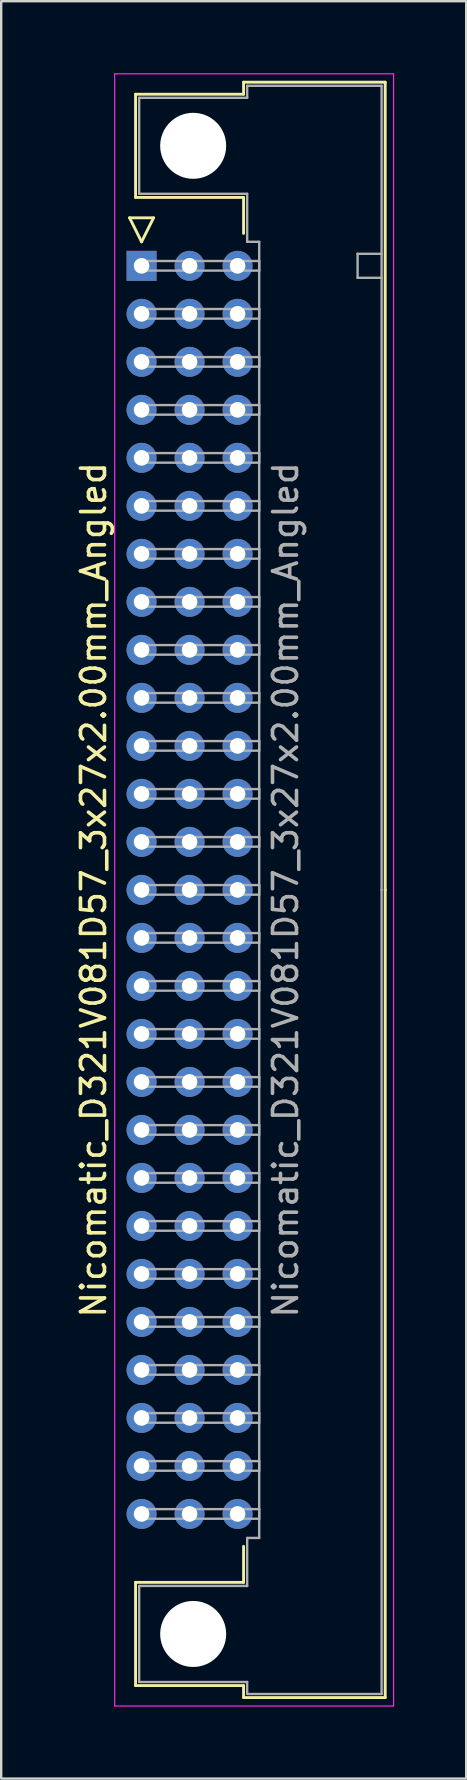
<source format=kicad_pcb>
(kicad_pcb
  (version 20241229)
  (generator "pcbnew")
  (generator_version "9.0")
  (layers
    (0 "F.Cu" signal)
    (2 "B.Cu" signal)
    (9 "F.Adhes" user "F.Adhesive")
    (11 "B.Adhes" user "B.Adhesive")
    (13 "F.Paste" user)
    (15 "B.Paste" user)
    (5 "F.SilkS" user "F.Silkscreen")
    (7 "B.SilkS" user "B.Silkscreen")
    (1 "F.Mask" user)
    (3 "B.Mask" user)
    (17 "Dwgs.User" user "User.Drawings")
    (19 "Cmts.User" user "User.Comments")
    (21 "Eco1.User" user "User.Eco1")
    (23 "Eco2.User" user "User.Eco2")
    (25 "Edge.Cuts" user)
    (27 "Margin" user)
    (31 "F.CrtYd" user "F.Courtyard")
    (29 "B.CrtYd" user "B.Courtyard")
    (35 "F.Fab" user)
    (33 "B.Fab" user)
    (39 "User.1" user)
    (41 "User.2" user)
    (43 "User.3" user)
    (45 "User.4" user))
  (footprint "Nicomatic_D321V081D57_3x27x2.00mm_Angled"
    (layer "F.Cu")
    (at 2.848 8.025)
    (property "Reference" "Nicomatic_D321V081D57_3x27x2.00mm_Angled" (at -2 26 90) (layer "F.SilkS") (effects (font (size 1 1) (thickness 0.15))))
    (attr through_hole)
    (fp_line (start -0.5 -2) (end 0 -1) (stroke (width 0.12) (type solid)) (layer "F.SilkS"))
    (fp_line (start -0.25 -7.15) (end -0.25 -2.85) (stroke (width 0.12) (type solid)) (layer "F.SilkS"))
    (fp_line (start -0.25 -2.85) (end 4.25 -2.85) (stroke (width 0.12) (type solid)) (layer "F.SilkS"))
    (fp_line (start -0.25 54.85) (end 4.25 54.85) (stroke (width 0.12) (type solid)) (layer "F.SilkS"))
    (fp_line (start -0.25 59.15) (end -0.25 54.85) (stroke (width 0.12) (type solid)) (layer "F.SilkS"))
    (fp_line (start 0 -1) (end 0.5 -2) (stroke (width 0.12) (type solid)) (layer "F.SilkS"))
    (fp_line (start 0.5 -2) (end -0.5 -2) (stroke (width 0.12) (type solid)) (layer "F.SilkS"))
    (fp_line (start 4.25 -7.65) (end 4.25 -7.15) (stroke (width 0.12) (type solid)) (layer "F.SilkS"))
    (fp_line (start 4.25 -7.15) (end -0.25 -7.15) (stroke (width 0.12) (type solid)) (layer "F.SilkS"))
    (fp_line (start 4.25 -2.85) (end 4.25 -1.35) (stroke (width 0.12) (type solid)) (layer "F.SilkS"))
    (fp_line (start 4.25 54.85) (end 4.25 53.35) (stroke (width 0.12) (type solid)) (layer "F.SilkS"))
    (fp_line (start 4.25 59.15) (end -0.25 59.15) (stroke (width 0.12) (type solid)) (layer "F.SilkS"))
    (fp_line (start 4.25 59.65) (end 4.25 59.15) (stroke (width 0.12) (type solid)) (layer "F.SilkS"))
    (fp_line (start 10.15 -7.65) (end 4.25 -7.65) (stroke (width 0.12) (type solid)) (layer "F.SilkS"))
    (fp_line (start 10.15 26) (end 10.15 -7.65) (stroke (width 0.12) (type solid)) (layer "F.SilkS"))
    (fp_line (start 10.15 26) (end 10.15 59.65) (stroke (width 0.12) (type solid)) (layer "F.SilkS"))
    (fp_line (start 10.15 59.65) (end 4.25 59.65) (stroke (width 0.12) (type solid)) (layer "F.SilkS"))
    (fp_line (start -1.12 -8) (end -1.12 60) (stroke (width 0.05) (type solid)) (layer "F.CrtYd"))
    (fp_line (start -1.12 60) (end 10.5 60) (stroke (width 0.05) (type solid)) (layer "F.CrtYd"))
    (fp_line (start 10.5 -8) (end -1.12 -8) (stroke (width 0.05) (type solid)) (layer "F.CrtYd"))
    (fp_line (start 10.5 60) (end 10.5 -8) (stroke (width 0.05) (type solid)) (layer "F.CrtYd"))
    (fp_line (start -0.1 -7) (end -0.1 -3) (stroke (width 0.1) (type solid)) (layer "F.Fab"))
    (fp_line (start -0.1 -3) (end 4.4 -3) (stroke (width 0.1) (type solid)) (layer "F.Fab"))
    (fp_line (start -0.1 55) (end 4.4 55) (stroke (width 0.1) (type solid)) (layer "F.Fab"))
    (fp_line (start -0.1 59) (end -0.1 55) (stroke (width 0.1) (type solid)) (layer "F.Fab"))
    (fp_line (start 0 -0.2) (end 0 0.2) (stroke (width 0.1) (type solid)) (layer "F.Fab"))
    (fp_line (start 0 0.2) (end 4.9 0.2) (stroke (width 0.1) (type solid)) (layer "F.Fab"))
    (fp_line (start 0 1.8) (end 0 2.2) (stroke (width 0.1) (type solid)) (layer "F.Fab"))
    (fp_line (start 0 2.2) (end 4.9 2.2) (stroke (width 0.1) (type solid)) (layer "F.Fab"))
    (fp_line (start 0 3.8) (end 0 4.2) (stroke (width 0.1) (type solid)) (layer "F.Fab"))
    (fp_line (start 0 4.2) (end 4.9 4.2) (stroke (width 0.1) (type solid)) (layer "F.Fab"))
    (fp_line (start 0 5.8) (end 0 6.2) (stroke (width 0.1) (type solid)) (layer "F.Fab"))
    (fp_line (start 0 6.2) (end 4.9 6.2) (stroke (width 0.1) (type solid)) (layer "F.Fab"))
    (fp_line (start 0 7.8) (end 0 8.2) (stroke (width 0.1) (type solid)) (layer "F.Fab"))
    (fp_line (start 0 8.2) (end 4.9 8.2) (stroke (width 0.1) (type solid)) (layer "F.Fab"))
    (fp_line (start 0 9.8) (end 0 10.2) (stroke (width 0.1) (type solid)) (layer "F.Fab"))
    (fp_line (start 0 10.2) (end 4.9 10.2) (stroke (width 0.1) (type solid)) (layer "F.Fab"))
    (fp_line (start 0 11.8) (end 0 12.2) (stroke (width 0.1) (type solid)) (layer "F.Fab"))
    (fp_line (start 0 12.2) (end 4.9 12.2) (stroke (width 0.1) (type solid)) (layer "F.Fab"))
    (fp_line (start 0 13.8) (end 0 14.2) (stroke (width 0.1) (type solid)) (layer "F.Fab"))
    (fp_line (start 0 14.2) (end 4.9 14.2) (stroke (width 0.1) (type solid)) (layer "F.Fab"))
    (fp_line (start 0 15.8) (end 0 16.2) (stroke (width 0.1) (type solid)) (layer "F.Fab"))
    (fp_line (start 0 16.2) (end 4.9 16.2) (stroke (width 0.1) (type solid)) (layer "F.Fab"))
    (fp_line (start 0 17.8) (end 0 18.2) (stroke (width 0.1) (type solid)) (layer "F.Fab"))
    (fp_line (start 0 18.2) (end 4.9 18.2) (stroke (width 0.1) (type solid)) (layer "F.Fab"))
    (fp_line (start 0 19.8) (end 0 20.2) (stroke (width 0.1) (type solid)) (layer "F.Fab"))
    (fp_line (start 0 20.2) (end 4.9 20.2) (stroke (width 0.1) (type solid)) (layer "F.Fab"))
    (fp_line (start 0 21.8) (end 0 22.2) (stroke (width 0.1) (type solid)) (layer "F.Fab"))
    (fp_line (start 0 22.2) (end 4.9 22.2) (stroke (width 0.1) (type solid)) (layer "F.Fab"))
    (fp_line (start 0 23.8) (end 0 24.2) (stroke (width 0.1) (type solid)) (layer "F.Fab"))
    (fp_line (start 0 24.2) (end 4.9 24.2) (stroke (width 0.1) (type solid)) (layer "F.Fab"))
    (fp_line (start 0 25.8) (end 0 26.2) (stroke (width 0.1) (type solid)) (layer "F.Fab"))
    (fp_line (start 0 26.2) (end 4.9 26.2) (stroke (width 0.1) (type solid)) (layer "F.Fab"))
    (fp_line (start 0 27.8) (end 0 28.2) (stroke (width 0.1) (type solid)) (layer "F.Fab"))
    (fp_line (start 0 28.2) (end 4.9 28.2) (stroke (width 0.1) (type solid)) (layer "F.Fab"))
    (fp_line (start 0 29.8) (end 0 30.2) (stroke (width 0.1) (type solid)) (layer "F.Fab"))
    (fp_line (start 0 30.2) (end 4.9 30.2) (stroke (width 0.1) (type solid)) (layer "F.Fab"))
    (fp_line (start 0 31.8) (end 0 32.2) (stroke (width 0.1) (type solid)) (layer "F.Fab"))
    (fp_line (start 0 32.2) (end 4.9 32.2) (stroke (width 0.1) (type solid)) (layer "F.Fab"))
    (fp_line (start 0 33.8) (end 0 34.2) (stroke (width 0.1) (type solid)) (layer "F.Fab"))
    (fp_line (start 0 34.2) (end 4.9 34.2) (stroke (width 0.1) (type solid)) (layer "F.Fab"))
    (fp_line (start 0 35.8) (end 0 36.2) (stroke (width 0.1) (type solid)) (layer "F.Fab"))
    (fp_line (start 0 36.2) (end 4.9 36.2) (stroke (width 0.1) (type solid)) (layer "F.Fab"))
    (fp_line (start 0 37.8) (end 0 38.2) (stroke (width 0.1) (type solid)) (layer "F.Fab"))
    (fp_line (start 0 38.2) (end 4.9 38.2) (stroke (width 0.1) (type solid)) (layer "F.Fab"))
    (fp_line (start 0 39.8) (end 0 40.2) (stroke (width 0.1) (type solid)) (layer "F.Fab"))
    (fp_line (start 0 40.2) (end 4.9 40.2) (stroke (width 0.1) (type solid)) (layer "F.Fab"))
    (fp_line (start 0 41.8) (end 0 42.2) (stroke (width 0.1) (type solid)) (layer "F.Fab"))
    (fp_line (start 0 42.2) (end 4.9 42.2) (stroke (width 0.1) (type solid)) (layer "F.Fab"))
    (fp_line (start 0 43.8) (end 0 44.2) (stroke (width 0.1) (type solid)) (layer "F.Fab"))
    (fp_line (start 0 44.2) (end 4.9 44.2) (stroke (width 0.1) (type solid)) (layer "F.Fab"))
    (fp_line (start 0 45.8) (end 0 46.2) (stroke (width 0.1) (type solid)) (layer "F.Fab"))
    (fp_line (start 0 46.2) (end 4.9 46.2) (stroke (width 0.1) (type solid)) (layer "F.Fab"))
    (fp_line (start 0 47.8) (end 0 48.2) (stroke (width 0.1) (type solid)) (layer "F.Fab"))
    (fp_line (start 0 48.2) (end 4.9 48.2) (stroke (width 0.1) (type solid)) (layer "F.Fab"))
    (fp_line (start 0 49.8) (end 0 50.2) (stroke (width 0.1) (type solid)) (layer "F.Fab"))
    (fp_line (start 0 50.2) (end 4.9 50.2) (stroke (width 0.1) (type solid)) (layer "F.Fab"))
    (fp_line (start 0 51.8) (end 0 52.2) (stroke (width 0.1) (type solid)) (layer "F.Fab"))
    (fp_line (start 0 52.2) (end 4.9 52.2) (stroke (width 0.1) (type solid)) (layer "F.Fab"))
    (fp_line (start 4.4 -7.5) (end 4.4 -7) (stroke (width 0.1) (type solid)) (layer "F.Fab"))
    (fp_line (start 4.4 -7) (end -0.1 -7) (stroke (width 0.1) (type solid)) (layer "F.Fab"))
    (fp_line (start 4.4 -3) (end 4.4 -1) (stroke (width 0.1) (type solid)) (layer "F.Fab"))
    (fp_line (start 4.4 -1) (end 4.9 -1) (stroke (width 0.1) (type solid)) (layer "F.Fab"))
    (fp_line (start 4.4 53) (end 4.9 53) (stroke (width 0.1) (type solid)) (layer "F.Fab"))
    (fp_line (start 4.4 55) (end 4.4 53) (stroke (width 0.1) (type solid)) (layer "F.Fab"))
    (fp_line (start 4.4 59) (end -0.1 59) (stroke (width 0.1) (type solid)) (layer "F.Fab"))
    (fp_line (start 4.4 59.5) (end 4.4 59) (stroke (width 0.1) (type solid)) (layer "F.Fab"))
    (fp_line (start 4.9 -1) (end 4.9 26) (stroke (width 0.1) (type solid)) (layer "F.Fab"))
    (fp_line (start 4.9 -0.2) (end 0 -0.2) (stroke (width 0.1) (type solid)) (layer "F.Fab"))
    (fp_line (start 4.9 0.2) (end 4.9 -0.2) (stroke (width 0.1) (type solid)) (layer "F.Fab"))
    (fp_line (start 4.9 1.8) (end 0 1.8) (stroke (width 0.1) (type solid)) (layer "F.Fab"))
    (fp_line (start 4.9 2.2) (end 4.9 1.8) (stroke (width 0.1) (type solid)) (layer "F.Fab"))
    (fp_line (start 4.9 3.8) (end 0 3.8) (stroke (width 0.1) (type solid)) (layer "F.Fab"))
    (fp_line (start 4.9 4.2) (end 4.9 3.8) (stroke (width 0.1) (type solid)) (layer "F.Fab"))
    (fp_line (start 4.9 5.8) (end 0 5.8) (stroke (width 0.1) (type solid)) (layer "F.Fab"))
    (fp_line (start 4.9 6.2) (end 4.9 5.8) (stroke (width 0.1) (type solid)) (layer "F.Fab"))
    (fp_line (start 4.9 7.8) (end 0 7.8) (stroke (width 0.1) (type solid)) (layer "F.Fab"))
    (fp_line (start 4.9 8.2) (end 4.9 7.8) (stroke (width 0.1) (type solid)) (layer "F.Fab"))
    (fp_line (start 4.9 9.8) (end 0 9.8) (stroke (width 0.1) (type solid)) (layer "F.Fab"))
    (fp_line (start 4.9 10.2) (end 4.9 9.8) (stroke (width 0.1) (type solid)) (layer "F.Fab"))
    (fp_line (start 4.9 11.8) (end 0 11.8) (stroke (width 0.1) (type solid)) (layer "F.Fab"))
    (fp_line (start 4.9 12.2) (end 4.9 11.8) (stroke (width 0.1) (type solid)) (layer "F.Fab"))
    (fp_line (start 4.9 13.8) (end 0 13.8) (stroke (width 0.1) (type solid)) (layer "F.Fab"))
    (fp_line (start 4.9 14.2) (end 4.9 13.8) (stroke (width 0.1) (type solid)) (layer "F.Fab"))
    (fp_line (start 4.9 15.8) (end 0 15.8) (stroke (width 0.1) (type solid)) (layer "F.Fab"))
    (fp_line (start 4.9 16.2) (end 4.9 15.8) (stroke (width 0.1) (type solid)) (layer "F.Fab"))
    (fp_line (start 4.9 17.8) (end 0 17.8) (stroke (width 0.1) (type solid)) (layer "F.Fab"))
    (fp_line (start 4.9 18.2) (end 4.9 17.8) (stroke (width 0.1) (type solid)) (layer "F.Fab"))
    (fp_line (start 4.9 19.8) (end 0 19.8) (stroke (width 0.1) (type solid)) (layer "F.Fab"))
    (fp_line (start 4.9 20.2) (end 4.9 19.8) (stroke (width 0.1) (type solid)) (layer "F.Fab"))
    (fp_line (start 4.9 21.8) (end 0 21.8) (stroke (width 0.1) (type solid)) (layer "F.Fab"))
    (fp_line (start 4.9 22.2) (end 4.9 21.8) (stroke (width 0.1) (type solid)) (layer "F.Fab"))
    (fp_line (start 4.9 23.8) (end 0 23.8) (stroke (width 0.1) (type solid)) (layer "F.Fab"))
    (fp_line (start 4.9 24.2) (end 4.9 23.8) (stroke (width 0.1) (type solid)) (layer "F.Fab"))
    (fp_line (start 4.9 25.8) (end 0 25.8) (stroke (width 0.1) (type solid)) (layer "F.Fab"))
    (fp_line (start 4.9 26.2) (end 4.9 25.8) (stroke (width 0.1) (type solid)) (layer "F.Fab"))
    (fp_line (start 4.9 27.8) (end 0 27.8) (stroke (width 0.1) (type solid)) (layer "F.Fab"))
    (fp_line (start 4.9 28.2) (end 4.9 27.8) (stroke (width 0.1) (type solid)) (layer "F.Fab"))
    (fp_line (start 4.9 29.8) (end 0 29.8) (stroke (width 0.1) (type solid)) (layer "F.Fab"))
    (fp_line (start 4.9 30.2) (end 4.9 29.8) (stroke (width 0.1) (type solid)) (layer "F.Fab"))
    (fp_line (start 4.9 31.8) (end 0 31.8) (stroke (width 0.1) (type solid)) (layer "F.Fab"))
    (fp_line (start 4.9 32.2) (end 4.9 31.8) (stroke (width 0.1) (type solid)) (layer "F.Fab"))
    (fp_line (start 4.9 33.8) (end 0 33.8) (stroke (width 0.1) (type solid)) (layer "F.Fab"))
    (fp_line (start 4.9 34.2) (end 4.9 33.8) (stroke (width 0.1) (type solid)) (layer "F.Fab"))
    (fp_line (start 4.9 35.8) (end 0 35.8) (stroke (width 0.1) (type solid)) (layer "F.Fab"))
    (fp_line (start 4.9 36.2) (end 4.9 35.8) (stroke (width 0.1) (type solid)) (layer "F.Fab"))
    (fp_line (start 4.9 37.8) (end 0 37.8) (stroke (width 0.1) (type solid)) (layer "F.Fab"))
    (fp_line (start 4.9 38.2) (end 4.9 37.8) (stroke (width 0.1) (type solid)) (layer "F.Fab"))
    (fp_line (start 4.9 39.8) (end 0 39.8) (stroke (width 0.1) (type solid)) (layer "F.Fab"))
    (fp_line (start 4.9 40.2) (end 4.9 39.8) (stroke (width 0.1) (type solid)) (layer "F.Fab"))
    (fp_line (start 4.9 41.8) (end 0 41.8) (stroke (width 0.1) (type solid)) (layer "F.Fab"))
    (fp_line (start 4.9 42.2) (end 4.9 41.8) (stroke (width 0.1) (type solid)) (layer "F.Fab"))
    (fp_line (start 4.9 43.8) (end 0 43.8) (stroke (width 0.1) (type solid)) (layer "F.Fab"))
    (fp_line (start 4.9 44.2) (end 4.9 43.8) (stroke (width 0.1) (type solid)) (layer "F.Fab"))
    (fp_line (start 4.9 45.8) (end 0 45.8) (stroke (width 0.1) (type solid)) (layer "F.Fab"))
    (fp_line (start 4.9 46.2) (end 4.9 45.8) (stroke (width 0.1) (type solid)) (layer "F.Fab"))
    (fp_line (start 4.9 47.8) (end 0 47.8) (stroke (width 0.1) (type solid)) (layer "F.Fab"))
    (fp_line (start 4.9 48.2) (end 4.9 47.8) (stroke (width 0.1) (type solid)) (layer "F.Fab"))
    (fp_line (start 4.9 49.8) (end 0 49.8) (stroke (width 0.1) (type solid)) (layer "F.Fab"))
    (fp_line (start 4.9 50.2) (end 4.9 49.8) (stroke (width 0.1) (type solid)) (layer "F.Fab"))
    (fp_line (start 4.9 51.8) (end 0 51.8) (stroke (width 0.1) (type solid)) (layer "F.Fab"))
    (fp_line (start 4.9 52.2) (end 4.9 51.8) (stroke (width 0.1) (type solid)) (layer "F.Fab"))
    (fp_line (start 4.9 53) (end 4.9 26) (stroke (width 0.1) (type solid)) (layer "F.Fab"))
    (fp_line (start 9 -0.5) (end 9 0.5) (stroke (width 0.1) (type solid)) (layer "F.Fab"))
    (fp_line (start 9 0.5) (end 10 0.5) (stroke (width 0.1) (type solid)) (layer "F.Fab"))
    (fp_line (start 10 -7.5) (end 4.4 -7.5) (stroke (width 0.1) (type solid)) (layer "F.Fab"))
    (fp_line (start 10 -0.5) (end 9 -0.5) (stroke (width 0.1) (type solid)) (layer "F.Fab"))
    (fp_line (start 10 26) (end 10 -7.5) (stroke (width 0.1) (type solid)) (layer "F.Fab"))
    (fp_line (start 10 26) (end 10 59.5) (stroke (width 0.1) (type solid)) (layer "F.Fab"))
    (fp_line (start 10 59.5) (end 4.4 59.5) (stroke (width 0.1) (type solid)) (layer "F.Fab"))
    (fp_text user "${REFERENCE}" (at 6 26 90) (layer "F.Fab") (effects (font (size 1 1) (thickness 0.15))))
    (pad "" np_thru_hole circle (at 2.15 -5) (size 2.75 2.75) (drill 2.75) (layers "*.Cu" "*.Mask"))
    (pad "" np_thru_hole circle (at 2.15 57) (size 2.75 2.75) (drill 2.75) (layers "*.Cu" "*.Mask"))
    (pad "1" thru_hole rect (at 0 0) (size 1.25 1.25) (drill 0.65) (layers "*.Cu" "*.Mask"))
    (pad "2" thru_hole oval (at 0 2) (size 1.25 1.25) (drill 0.65) (layers "*.Cu" "*.Mask"))
    (pad "3" thru_hole oval (at 0 4) (size 1.25 1.25) (drill 0.65) (layers "*.Cu" "*.Mask"))
    (pad "4" thru_hole oval (at 0 6) (size 1.25 1.25) (drill 0.65) (layers "*.Cu" "*.Mask"))
    (pad "5" thru_hole oval (at 0 8) (size 1.25 1.25) (drill 0.65) (layers "*.Cu" "*.Mask"))
    (pad "6" thru_hole oval (at 0 10) (size 1.25 1.25) (drill 0.65) (layers "*.Cu" "*.Mask"))
    (pad "7" thru_hole oval (at 0 12) (size 1.25 1.25) (drill 0.65) (layers "*.Cu" "*.Mask"))
    (pad "8" thru_hole oval (at 0 14) (size 1.25 1.25) (drill 0.65) (layers "*.Cu" "*.Mask"))
    (pad "9" thru_hole oval (at 0 16) (size 1.25 1.25) (drill 0.65) (layers "*.Cu" "*.Mask"))
    (pad "10" thru_hole oval (at 0 18) (size 1.25 1.25) (drill 0.65) (layers "*.Cu" "*.Mask"))
    (pad "11" thru_hole oval (at 0 20) (size 1.25 1.25) (drill 0.65) (layers "*.Cu" "*.Mask"))
    (pad "12" thru_hole oval (at 0 22) (size 1.25 1.25) (drill 0.65) (layers "*.Cu" "*.Mask"))
    (pad "13" thru_hole oval (at 0 24) (size 1.25 1.25) (drill 0.65) (layers "*.Cu" "*.Mask"))
    (pad "14" thru_hole oval (at 0 26) (size 1.25 1.25) (drill 0.65) (layers "*.Cu" "*.Mask"))
    (pad "15" thru_hole oval (at 0 28) (size 1.25 1.25) (drill 0.65) (layers "*.Cu" "*.Mask"))
    (pad "16" thru_hole oval (at 0 30) (size 1.25 1.25) (drill 0.65) (layers "*.Cu" "*.Mask"))
    (pad "17" thru_hole oval (at 0 32) (size 1.25 1.25) (drill 0.65) (layers "*.Cu" "*.Mask"))
    (pad "18" thru_hole oval (at 0 34) (size 1.25 1.25) (drill 0.65) (layers "*.Cu" "*.Mask"))
    (pad "19" thru_hole oval (at 0 36) (size 1.25 1.25) (drill 0.65) (layers "*.Cu" "*.Mask"))
    (pad "20" thru_hole oval (at 0 38) (size 1.25 1.25) (drill 0.65) (layers "*.Cu" "*.Mask"))
    (pad "21" thru_hole oval (at 0 40) (size 1.25 1.25) (drill 0.65) (layers "*.Cu" "*.Mask"))
    (pad "22" thru_hole oval (at 0 42) (size 1.25 1.25) (drill 0.65) (layers "*.Cu" "*.Mask"))
    (pad "23" thru_hole oval (at 0 44) (size 1.25 1.25) (drill 0.65) (layers "*.Cu" "*.Mask"))
    (pad "24" thru_hole oval (at 0 46) (size 1.25 1.25) (drill 0.65) (layers "*.Cu" "*.Mask"))
    (pad "25" thru_hole oval (at 0 48) (size 1.25 1.25) (drill 0.65) (layers "*.Cu" "*.Mask"))
    (pad "26" thru_hole oval (at 0 50) (size 1.25 1.25) (drill 0.65) (layers "*.Cu" "*.Mask"))
    (pad "27" thru_hole oval (at 0 52) (size 1.25 1.25) (drill 0.65) (layers "*.Cu" "*.Mask"))
    (pad "28" thru_hole oval (at 2 0) (size 1.25 1.25) (drill 0.65) (layers "*.Cu" "*.Mask"))
    (pad "29" thru_hole oval (at 2 2) (size 1.25 1.25) (drill 0.65) (layers "*.Cu" "*.Mask"))
    (pad "30" thru_hole oval (at 2 4) (size 1.25 1.25) (drill 0.65) (layers "*.Cu" "*.Mask"))
    (pad "31" thru_hole oval (at 2 6) (size 1.25 1.25) (drill 0.65) (layers "*.Cu" "*.Mask"))
    (pad "32" thru_hole oval (at 2 8) (size 1.25 1.25) (drill 0.65) (layers "*.Cu" "*.Mask"))
    (pad "33" thru_hole oval (at 2 10) (size 1.25 1.25) (drill 0.65) (layers "*.Cu" "*.Mask"))
    (pad "34" thru_hole oval (at 2 12) (size 1.25 1.25) (drill 0.65) (layers "*.Cu" "*.Mask"))
    (pad "35" thru_hole oval (at 2 14) (size 1.25 1.25) (drill 0.65) (layers "*.Cu" "*.Mask"))
    (pad "36" thru_hole oval (at 2 16) (size 1.25 1.25) (drill 0.65) (layers "*.Cu" "*.Mask"))
    (pad "37" thru_hole oval (at 2 18) (size 1.25 1.25) (drill 0.65) (layers "*.Cu" "*.Mask"))
    (pad "38" thru_hole oval (at 2 20) (size 1.25 1.25) (drill 0.65) (layers "*.Cu" "*.Mask"))
    (pad "39" thru_hole oval (at 2 22) (size 1.25 1.25) (drill 0.65) (layers "*.Cu" "*.Mask"))
    (pad "40" thru_hole oval (at 2 24) (size 1.25 1.25) (drill 0.65) (layers "*.Cu" "*.Mask"))
    (pad "41" thru_hole oval (at 2 26) (size 1.25 1.25) (drill 0.65) (layers "*.Cu" "*.Mask"))
    (pad "42" thru_hole oval (at 2 28) (size 1.25 1.25) (drill 0.65) (layers "*.Cu" "*.Mask"))
    (pad "43" thru_hole oval (at 2 30) (size 1.25 1.25) (drill 0.65) (layers "*.Cu" "*.Mask"))
    (pad "44" thru_hole oval (at 2 32) (size 1.25 1.25) (drill 0.65) (layers "*.Cu" "*.Mask"))
    (pad "45" thru_hole oval (at 2 34) (size 1.25 1.25) (drill 0.65) (layers "*.Cu" "*.Mask"))
    (pad "46" thru_hole oval (at 2 36) (size 1.25 1.25) (drill 0.65) (layers "*.Cu" "*.Mask"))
    (pad "47" thru_hole oval (at 2 38) (size 1.25 1.25) (drill 0.65) (layers "*.Cu" "*.Mask"))
    (pad "48" thru_hole oval (at 2 40) (size 1.25 1.25) (drill 0.65) (layers "*.Cu" "*.Mask"))
    (pad "49" thru_hole oval (at 2 42) (size 1.25 1.25) (drill 0.65) (layers "*.Cu" "*.Mask"))
    (pad "50" thru_hole oval (at 2 44) (size 1.25 1.25) (drill 0.65) (layers "*.Cu" "*.Mask"))
    (pad "51" thru_hole oval (at 2 46) (size 1.25 1.25) (drill 0.65) (layers "*.Cu" "*.Mask"))
    (pad "52" thru_hole oval (at 2 48) (size 1.25 1.25) (drill 0.65) (layers "*.Cu" "*.Mask"))
    (pad "53" thru_hole oval (at 2 50) (size 1.25 1.25) (drill 0.65) (layers "*.Cu" "*.Mask"))
    (pad "54" thru_hole oval (at 2 52) (size 1.25 1.25) (drill 0.65) (layers "*.Cu" "*.Mask"))
    (pad "55" thru_hole oval (at 4 0) (size 1.25 1.25) (drill 0.65) (layers "*.Cu" "*.Mask"))
    (pad "56" thru_hole oval (at 4 2) (size 1.25 1.25) (drill 0.65) (layers "*.Cu" "*.Mask"))
    (pad "57" thru_hole oval (at 4 4) (size 1.25 1.25) (drill 0.65) (layers "*.Cu" "*.Mask"))
    (pad "58" thru_hole oval (at 4 6) (size 1.25 1.25) (drill 0.65) (layers "*.Cu" "*.Mask"))
    (pad "59" thru_hole oval (at 4 8) (size 1.25 1.25) (drill 0.65) (layers "*.Cu" "*.Mask"))
    (pad "60" thru_hole oval (at 4 10) (size 1.25 1.25) (drill 0.65) (layers "*.Cu" "*.Mask"))
    (pad "61" thru_hole oval (at 4 12) (size 1.25 1.25) (drill 0.65) (layers "*.Cu" "*.Mask"))
    (pad "62" thru_hole oval (at 4 14) (size 1.25 1.25) (drill 0.65) (layers "*.Cu" "*.Mask"))
    (pad "63" thru_hole oval (at 4 16) (size 1.25 1.25) (drill 0.65) (layers "*.Cu" "*.Mask"))
    (pad "64" thru_hole oval (at 4 18) (size 1.25 1.25) (drill 0.65) (layers "*.Cu" "*.Mask"))
    (pad "65" thru_hole oval (at 4 20) (size 1.25 1.25) (drill 0.65) (layers "*.Cu" "*.Mask"))
    (pad "66" thru_hole oval (at 4 22) (size 1.25 1.25) (drill 0.65) (layers "*.Cu" "*.Mask"))
    (pad "67" thru_hole oval (at 4 24) (size 1.25 1.25) (drill 0.65) (layers "*.Cu" "*.Mask"))
    (pad "68" thru_hole oval (at 4 26) (size 1.25 1.25) (drill 0.65) (layers "*.Cu" "*.Mask"))
    (pad "69" thru_hole oval (at 4 28) (size 1.25 1.25) (drill 0.65) (layers "*.Cu" "*.Mask"))
    (pad "70" thru_hole oval (at 4 30) (size 1.25 1.25) (drill 0.65) (layers "*.Cu" "*.Mask"))
    (pad "71" thru_hole oval (at 4 32) (size 1.25 1.25) (drill 0.65) (layers "*.Cu" "*.Mask"))
    (pad "72" thru_hole oval (at 4 34) (size 1.25 1.25) (drill 0.65) (layers "*.Cu" "*.Mask"))
    (pad "73" thru_hole oval (at 4 36) (size 1.25 1.25) (drill 0.65) (layers "*.Cu" "*.Mask"))
    (pad "74" thru_hole oval (at 4 38) (size 1.25 1.25) (drill 0.65) (layers "*.Cu" "*.Mask"))
    (pad "75" thru_hole oval (at 4 40) (size 1.25 1.25) (drill 0.65) (layers "*.Cu" "*.Mask"))
    (pad "76" thru_hole oval (at 4 42) (size 1.25 1.25) (drill 0.65) (layers "*.Cu" "*.Mask"))
    (pad "77" thru_hole oval (at 4 44) (size 1.25 1.25) (drill 0.65) (layers "*.Cu" "*.Mask"))
    (pad "78" thru_hole oval (at 4 46) (size 1.25 1.25) (drill 0.65) (layers "*.Cu" "*.Mask"))
    (pad "79" thru_hole oval (at 4 48) (size 1.25 1.25) (drill 0.65) (layers "*.Cu" "*.Mask"))
    (pad "80" thru_hole oval (at 4 50) (size 1.25 1.25) (drill 0.65) (layers "*.Cu" "*.Mask"))
    (pad "81" thru_hole oval (at 4 52) (size 1.25 1.25) (drill 0.65) (layers "*.Cu" "*.Mask")))
  (gr_rect
    (start -3 -3)
    (end 16.373 71.05)
    (stroke (width 0.1) (type default))
    (fill no)
    (layer "Edge.Cuts")))
</source>
